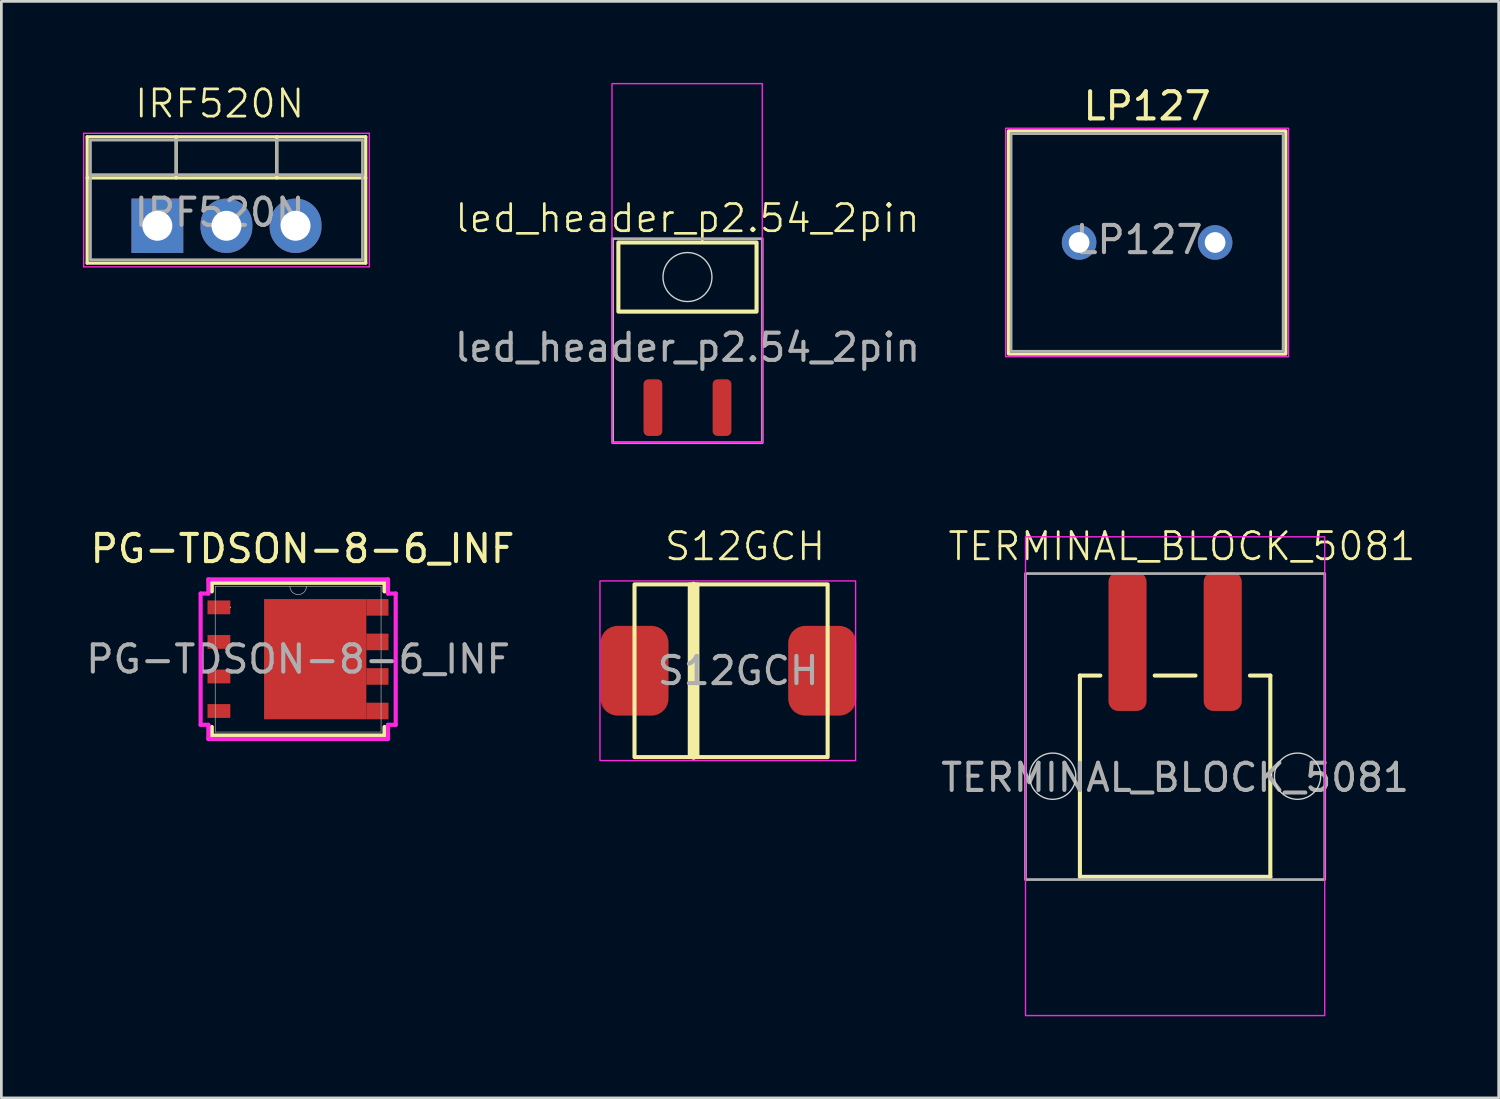
<source format=kicad_pcb>
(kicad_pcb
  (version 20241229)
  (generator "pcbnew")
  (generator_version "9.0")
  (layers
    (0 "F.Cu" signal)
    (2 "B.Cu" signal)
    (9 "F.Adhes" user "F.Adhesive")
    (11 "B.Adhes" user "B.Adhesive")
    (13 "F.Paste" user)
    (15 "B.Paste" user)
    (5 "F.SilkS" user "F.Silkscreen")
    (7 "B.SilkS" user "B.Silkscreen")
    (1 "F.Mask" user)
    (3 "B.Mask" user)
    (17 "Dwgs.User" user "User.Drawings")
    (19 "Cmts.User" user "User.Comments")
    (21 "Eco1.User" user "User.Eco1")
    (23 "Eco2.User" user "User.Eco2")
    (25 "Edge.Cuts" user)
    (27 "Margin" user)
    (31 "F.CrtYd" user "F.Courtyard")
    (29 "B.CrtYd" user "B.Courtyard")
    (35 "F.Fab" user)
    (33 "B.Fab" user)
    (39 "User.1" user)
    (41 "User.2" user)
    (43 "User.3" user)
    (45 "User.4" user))
  (footprint "led_header_p2.54_2pin"
    (layer "F.Cu")
    (at 22.223 5.865)
    (property "Reference" "led_header_p2.54_2pin" (at 0 -0.89 0) (unlocked yes) (layer "F.SilkS") (effects (font (size 1 1) (thickness 0.1))))
    (attr smd)
    (fp_rect (start -2.54 2.54) (end 2.54 0) (stroke (width 0.15) (type default)) (fill no) (layer "F.SilkS"))
    (fp_circle (center 0 1.27) (end 0.9 1.27) (stroke (width 0.05) (type default)) (fill no) (layer "Edge.Cuts"))
    (fp_rect (start -2.775 7.36) (end 2.75 -5.84) (stroke (width 0.05) (type default)) (fill no) (layer "F.CrtYd"))
    (fp_rect (start 2.75 -0.14) (end -2.75 7.36) (stroke (width 0.1) (type default)) (fill no) (layer "F.Fab"))
    (fp_text user "${REFERENCE}" (at 0 3.86 0) (unlocked yes) (layer "F.Fab") (effects (font (size 1 1) (thickness 0.15))))
    (pad "1" smd roundrect (at -1.27 6.07) (size 0.69 2.08) (layers "F.Cu" "F.Mask" "F.Paste") (roundrect_rratio 0.25))
    (pad "2" smd roundrect (at 1.27 6.07) (size 0.69 2.08) (layers "F.Cu" "F.Mask" "F.Paste") (roundrect_rratio 0.25)))
  (footprint "TERMINAL_BLOCK_5081"
    (layer "F.Cu")
    (at 40.15 21.785)
    (property "Reference" "TERMINAL_BLOCK_5081" (at 0.25 -4.75 0) (unlocked yes) (layer "F.SilkS") (effects (font (size 1 1) (thickness 0.1))))
    (attr smd)
    (fp_line (start -3.5 0) (end -3.5 7.4) (stroke (width 0.15) (type default)) (layer "F.SilkS"))
    (fp_line (start -3.5 0) (end -2.75 0) (stroke (width 0.15) (type default)) (layer "F.SilkS"))
    (fp_line (start -3.5 7.4) (end 3.5 7.4) (stroke (width 0.15) (type default)) (layer "F.SilkS"))
    (fp_line (start -0.75 0) (end 0.75 0) (stroke (width 0.15) (type default)) (layer "F.SilkS"))
    (fp_line (start 3.5 0) (end 2.75 0) (stroke (width 0.15) (type default)) (layer "F.SilkS"))
    (fp_line (start 3.5 7.4) (end 3.5 0) (stroke (width 0.15) (type default)) (layer "F.SilkS"))
    (fp_circle (center -4.5 3.7) (end -3.65 3.7) (stroke (width 0.05) (type default)) (fill no) (layer "Edge.Cuts"))
    (fp_circle (center 4.5 3.7) (end 5.35 3.7) (stroke (width 0.05) (type default)) (fill no) (layer "Edge.Cuts"))
    (fp_rect (start 5.5 -5.1) (end -5.5 12.5) (stroke (width 0.05) (type default)) (fill no) (layer "F.CrtYd"))
    (fp_rect (start -5.5 7.5) (end 5.5 -3.75) (stroke (width 0.1) (type default)) (fill no) (layer "F.Fab"))
    (fp_text user "${REFERENCE}" (at 0 3.75 0) (unlocked yes) (layer "F.Fab") (effects (font (size 1 1) (thickness 0.15))))
    (pad "1" smd roundrect (at -1.75 -1.25) (size 1.4 5.1) (layers "F.Cu" "F.Mask" "F.Paste") (roundrect_rratio 0.25))
    (pad "2" smd roundrect (at 1.75 -1.25) (size 1.4 5.1) (layers "F.Cu" "F.Mask" "F.Paste") (roundrect_rratio 0.25)))
  (footprint "S12GCH"
    (layer "F.Cu")
    (at 23.832 21.608)
    (property "Reference" "S12GCH" (at 0.508 -4.572 0) (unlocked yes) (layer "F.SilkS") (effects (font (size 1 1) (thickness 0.1))))
    (attr smd)
    (fp_line (start -1.524 -3.175) (end -1.524 3.175) (stroke (width 0.15) (type default)) (layer "F.SilkS"))
    (fp_line (start -1.384 -3.175) (end -1.384 3.175) (stroke (width 0.2) (type default)) (layer "F.SilkS"))
    (fp_line (start -1.244 -3.175) (end -1.244 3.175) (stroke (width 0.15) (type default)) (layer "F.SilkS"))
    (fp_rect (start -3.556 -3.175) (end 3.544 3.175) (stroke (width 0.15) (type default)) (fill no) (layer "F.SilkS"))
    (fp_rect (start -4.826 -3.302) (end 4.572 3.302) (stroke (width 0.05) (type default)) (fill no) (layer "F.CrtYd"))
    (fp_text user "${REFERENCE}" (at 0.254 0 0) (unlocked yes) (layer "F.Fab") (effects (font (size 1 1) (thickness 0.15))))
    (pad "1" smd roundrect (at -3.556 0) (size 2.5 3.3) (layers "F.Cu" "F.Mask" "F.Paste") (roundrect_rratio 0.25))
    (pad "2" smd roundrect (at 3.344 0) (size 2.5 3.3) (layers "F.Cu" "F.Mask" "F.Paste") (roundrect_rratio 0.25)))
  (footprint "LP127"
    (layer "F.Cu")
    (at 39.12 5.864)
    (property "Reference" "LP127" (at 0 -5.016 0) (unlocked yes) (layer "F.SilkS") (effects (font (size 1 1) (thickness 0.15))))
    (attr through_hole)
    (fp_rect (start -5.1 -4.1) (end 5.1 4.1) (stroke (width 0.12) (type default)) (fill no) (layer "F.SilkS"))
    (fp_rect (start -5.2 -4.2) (end 5.2 4.2) (stroke (width 0.05) (type default)) (fill no) (layer "F.CrtYd"))
    (fp_rect (start -5 -4) (end 5 4) (stroke (width 0.1) (type default)) (fill no) (layer "F.Fab"))
    (fp_text user "${REFERENCE}" (at -0.3 -0.1 0) (unlocked yes) (layer "F.Fab") (effects (font (size 1 1) (thickness 0.15))))
    (pad "1" thru_hole circle (at -2.5 0) (size 1.27 1.27) (drill 0.762) (layers "*.Cu" "*.Mask"))
    (pad "2" thru_hole circle (at 2.5 0) (size 1.27 1.27) (drill 0.762) (layers "*.Cu" "*.Mask")))
  (footprint "IRF520N"
    (layer "F.Cu")
    (at 5.275 5.25)
    (property "Reference" "IRF520N" (at -0.25 -4.49 0) (unlocked yes) (layer "F.SilkS") (effects (font (size 1 1) (thickness 0.1))))
    (attr through_hole)
    (fp_line (start -5.12 -3.27) (end -5.12 1.371) (stroke (width 0.12) (type solid)) (layer "F.SilkS"))
    (fp_line (start -5.12 -3.27) (end 5.12 -3.27) (stroke (width 0.12) (type solid)) (layer "F.SilkS"))
    (fp_line (start -5.12 -1.76) (end 5.12 -1.76) (stroke (width 0.12) (type solid)) (layer "F.SilkS"))
    (fp_line (start -5.12 1.371) (end 5.12 1.371) (stroke (width 0.12) (type solid)) (layer "F.SilkS"))
    (fp_line (start -1.85 -3.27) (end -1.85 -1.76) (stroke (width 0.12) (type solid)) (layer "F.SilkS"))
    (fp_line (start 1.851 -3.27) (end 1.851 -1.76) (stroke (width 0.12) (type solid)) (layer "F.SilkS"))
    (fp_line (start 5.12 -3.27) (end 5.12 1.371) (stroke (width 0.12) (type solid)) (layer "F.SilkS"))
    (fp_line (start -5.25 -3.4) (end -5.25 1.51) (stroke (width 0.05) (type solid)) (layer "F.CrtYd"))
    (fp_line (start -5.25 1.51) (end 5.25 1.51) (stroke (width 0.05) (type solid)) (layer "F.CrtYd"))
    (fp_line (start 5.25 -3.4) (end -5.25 -3.4) (stroke (width 0.05) (type solid)) (layer "F.CrtYd"))
    (fp_line (start 5.25 1.51) (end 5.25 -3.4) (stroke (width 0.05) (type solid)) (layer "F.CrtYd"))
    (fp_line (start -5 -3.15) (end -5 1.25) (stroke (width 0.1) (type solid)) (layer "F.Fab"))
    (fp_line (start -5 -1.88) (end 5 -1.88) (stroke (width 0.1) (type solid)) (layer "F.Fab"))
    (fp_line (start -5 1.25) (end 5 1.25) (stroke (width 0.1) (type solid)) (layer "F.Fab"))
    (fp_line (start -1.85 -3.15) (end -1.85 -1.88) (stroke (width 0.1) (type solid)) (layer "F.Fab"))
    (fp_line (start 1.85 -3.15) (end 1.85 -1.88) (stroke (width 0.1) (type solid)) (layer "F.Fab"))
    (fp_line (start 5 -3.15) (end -5 -3.15) (stroke (width 0.1) (type solid)) (layer "F.Fab"))
    (fp_line (start 5 1.25) (end 5 -3.15) (stroke (width 0.1) (type solid)) (layer "F.Fab"))
    (fp_text user "${REFERENCE}" (at -0.25 -0.49 0) (unlocked yes) (layer "F.Fab") (effects (font (size 1 1) (thickness 0.15))))
    (pad "1" thru_hole rect (at -2.54 0) (size 1.905 2) (drill 1.1) (layers "*.Cu" "*.Mask"))
    (pad "2" thru_hole oval (at 0 0) (size 1.905 2) (drill 1.1) (layers "*.Cu" "*.Mask"))
    (pad "3" thru_hole oval (at 2.54 0) (size 1.905 2) (drill 1.1) (layers "*.Cu" "*.Mask")))
  (footprint "PG-TDSON-8-6_INF"
    (layer "F.Cu")
    (at 7.911 21.183)
    (property "Reference" "PG-TDSON-8-6_INF" (at 0.16 -4.06 0) (unlocked yes) (layer "F.SilkS") (effects (font (size 1 1) (thickness 0.15))))
    (attr smd)
    (fp_poly (pts (xy 3.319 -2.21) (xy -1.253 -2.21) (xy -1.253 2.21) (xy 3.319 2.21) (xy 3.319 1.6) (xy 2.506 1.6) (xy 2.506 0.94) (xy 3.319 0.94) (xy 3.319 0.33) (xy 2.506 0.33) (xy 2.506 -0.33) (xy 3.319 -0.33) (xy 3.319 -0.94) (xy 2.506 -0.94) (xy 2.506 -1.6) (xy 3.319 -1.6)) (stroke (width 0) (type solid)) (fill yes) (layer "F.Mask"))
    (fp_line (start -3.175 -2.807) (end -3.175 -2.492) (stroke (width 0.152) (type solid)) (layer "F.SilkS"))
    (fp_line (start -3.175 2.492) (end -3.175 2.807) (stroke (width 0.152) (type solid)) (layer "F.SilkS"))
    (fp_line (start -3.175 2.807) (end 3.175 2.807) (stroke (width 0.152) (type solid)) (layer "F.SilkS"))
    (fp_line (start 3.175 -2.807) (end -3.175 -2.807) (stroke (width 0.152) (type solid)) (layer "F.SilkS"))
    (fp_line (start 3.175 -2.492) (end 3.175 -2.807) (stroke (width 0.152) (type solid)) (layer "F.SilkS"))
    (fp_line (start 3.175 2.807) (end 3.175 2.492) (stroke (width 0.152) (type solid)) (layer "F.SilkS"))
    (fp_poly (pts (xy 3.319 -2.21) (xy -1.253 -2.21) (xy -1.253 2.21) (xy 3.319 2.21) (xy 3.319 1.6) (xy 2.506 1.6) (xy 2.506 0.94) (xy 3.319 0.94) (xy 3.319 0.33) (xy 2.506 0.33) (xy 2.506 -0.33) (xy 3.319 -0.33) (xy 3.319 -0.94) (xy 2.506 -0.94) (xy 2.506 -1.6) (xy 3.319 -1.6)) (stroke (width 0) (type solid)) (fill yes) (layer "F.Paste"))
    (fp_line (start -3.586 -2.413) (end -3.302 -2.413) (stroke (width 0.152) (type solid)) (layer "F.CrtYd"))
    (fp_line (start -3.586 2.413) (end -3.586 -2.413) (stroke (width 0.152) (type solid)) (layer "F.CrtYd"))
    (fp_line (start -3.586 2.413) (end -3.302 2.413) (stroke (width 0.152) (type solid)) (layer "F.CrtYd"))
    (fp_line (start -3.302 -2.934) (end 3.302 -2.934) (stroke (width 0.152) (type solid)) (layer "F.CrtYd"))
    (fp_line (start -3.302 -2.413) (end -3.302 -2.934) (stroke (width 0.152) (type solid)) (layer "F.CrtYd"))
    (fp_line (start -3.302 2.934) (end -3.302 2.413) (stroke (width 0.152) (type solid)) (layer "F.CrtYd"))
    (fp_line (start 3.302 -2.934) (end 3.302 -2.413) (stroke (width 0.152) (type solid)) (layer "F.CrtYd"))
    (fp_line (start 3.302 2.413) (end 3.302 2.934) (stroke (width 0.152) (type solid)) (layer "F.CrtYd"))
    (fp_line (start 3.302 2.934) (end -3.302 2.934) (stroke (width 0.152) (type solid)) (layer "F.CrtYd"))
    (fp_line (start 3.586 -2.413) (end 3.302 -2.413) (stroke (width 0.152) (type solid)) (layer "F.CrtYd"))
    (fp_line (start 3.586 -2.413) (end 3.586 2.413) (stroke (width 0.152) (type solid)) (layer "F.CrtYd"))
    (fp_line (start 3.586 2.413) (end 3.302 2.413) (stroke (width 0.152) (type solid)) (layer "F.CrtYd"))
    (fp_line (start -3.048 -2.68) (end -3.048 2.68) (stroke (width 0.025) (type solid)) (layer "F.Fab"))
    (fp_line (start -3.048 2.68) (end 3.048 2.68) (stroke (width 0.025) (type solid)) (layer "F.Fab"))
    (fp_line (start 3.048 -2.68) (end -3.048 -2.68) (stroke (width 0.025) (type solid)) (layer "F.Fab"))
    (fp_line (start 3.048 2.68) (end 3.048 -2.68) (stroke (width 0.025) (type solid)) (layer "F.Fab"))
    (fp_arc (start 0.3048 -2.6797) (mid 0 -2.3749) (end -0.3048 -2.6797) (stroke (width 0.0254) (type solid)) (layer "F.Fab"))
    (fp_circle (center -2.493 -1.905) (end -2.493 -1.905) (stroke (width 0.025) (type solid)) (fill no) (layer "F.Fab"))
    (fp_text user "${REFERENCE}" (at 0 0 0) (unlocked yes) (layer "F.Fab") (effects (font (size 1 1) (thickness 0.15))))
    (pad "1" smd rect (at -2.913 1.905) (size 0.838 0.508) (layers "F.Cu" "F.Mask" "F.Paste"))
    (pad "2" smd rect (at 0.626 0) (size 3.759 4.42) (layers "F.Cu" "F.Mask" "F.Paste"))
    (pad "2" smd rect (at 2.913 -1.905) (size 0.813 0.61) (layers "F.Cu" "F.Mask" "F.Paste"))
    (pad "2" smd rect (at 2.913 -0.635) (size 0.813 0.61) (layers "F.Cu" "F.Mask" "F.Paste"))
    (pad "2" smd rect (at 2.913 0.635) (size 0.813 0.61) (layers "F.Cu" "F.Mask" "F.Paste"))
    (pad "2" smd rect (at 2.913 1.905) (size 0.813 0.61) (layers "F.Cu" "F.Mask" "F.Paste"))
    (pad "3" smd rect (at -2.913 -1.905) (size 0.838 0.508) (layers "F.Cu" "F.Mask" "F.Paste"))
    (pad "3" smd rect (at -2.913 -0.635) (size 0.838 0.508) (layers "F.Cu" "F.Mask" "F.Paste"))
    (pad "3" smd rect (at -2.913 0.635) (size 0.838 0.508) (layers "F.Cu" "F.Mask" "F.Paste")))
  (gr_rect
    (start -3 -3)
    (end 52.045 37.31)
    (stroke (width 0.1) (type default))
    (fill no)
    (layer "Edge.Cuts")))
</source>
